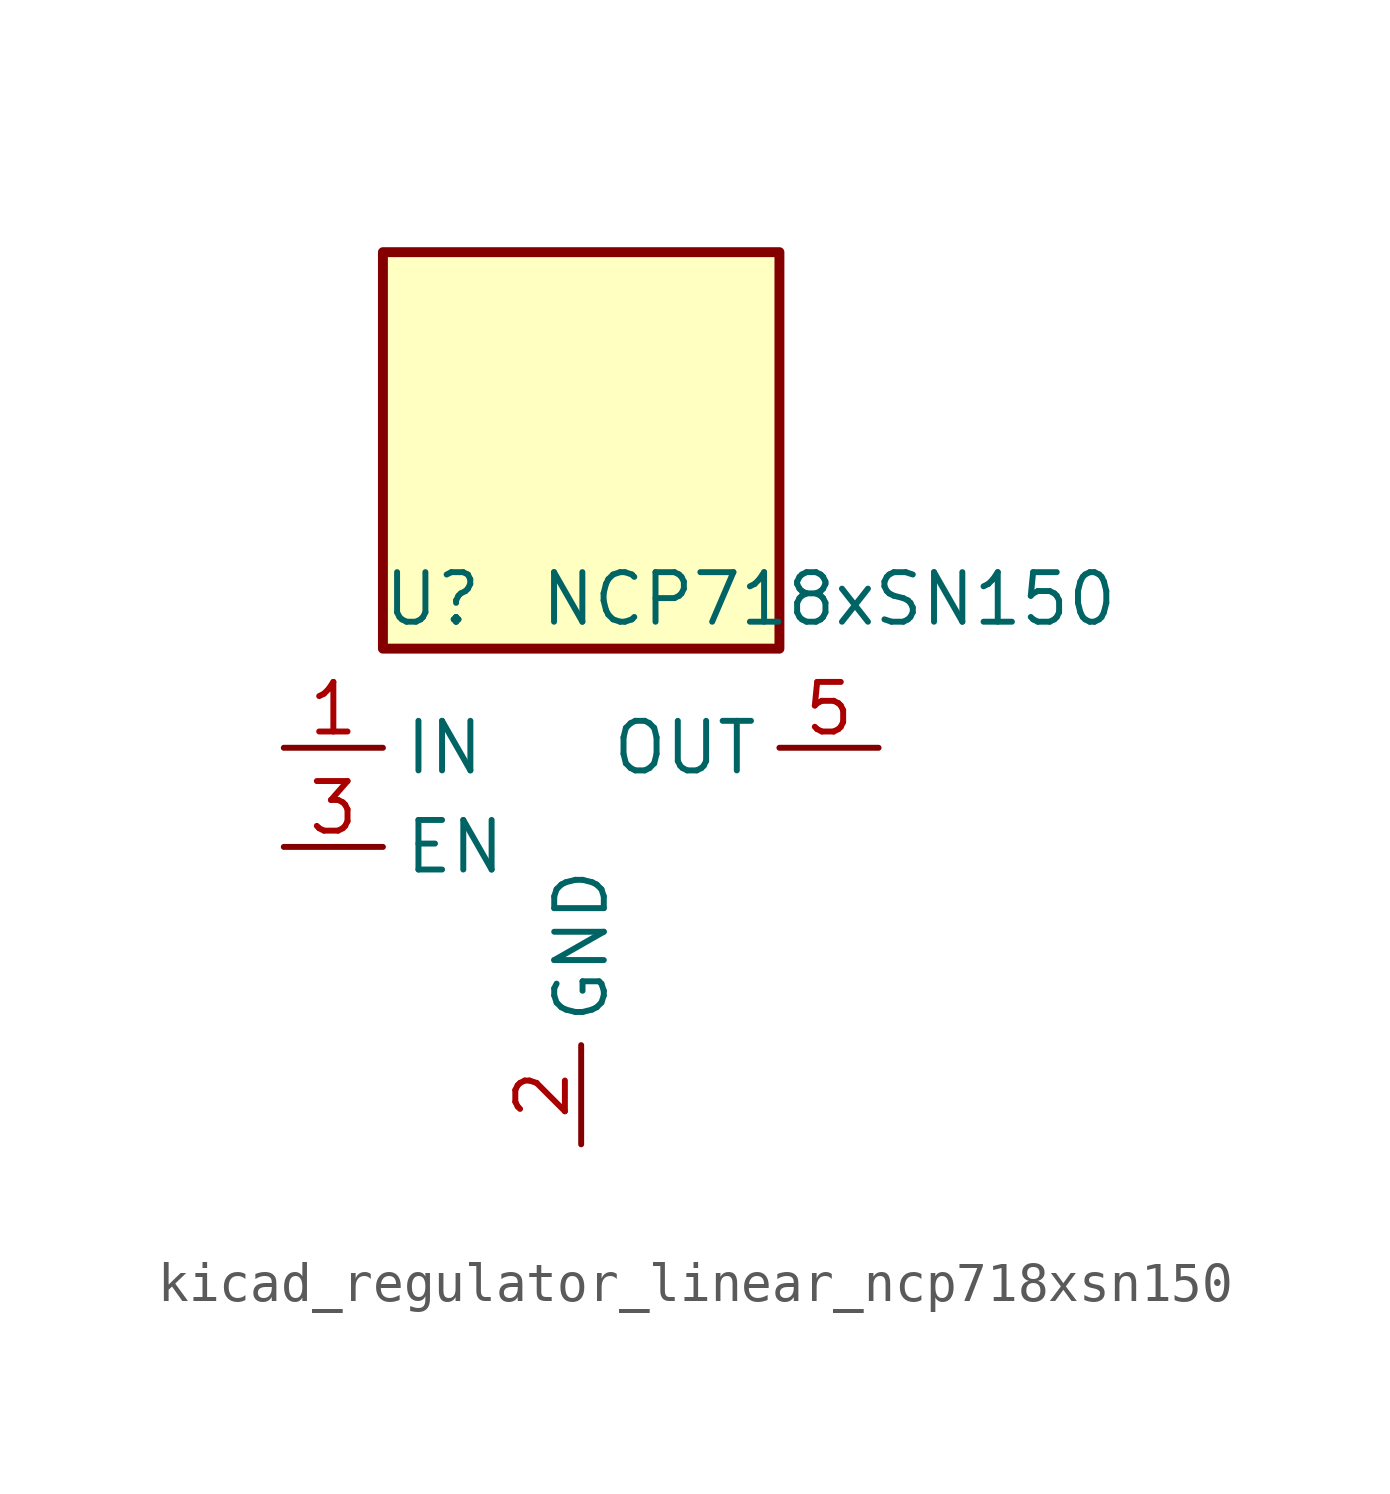
<source format=kicad_sym>
(kicad_symbol_lib
  (version 20220914)
  (generator kicad_symbol_editor)
  (symbol "kicad_regulator_linear_ncp718xsn150"
    (property "Reference" "U"
      (at -3.81 6.35 0)
      (effects (font (size 1.27 1.27))))
    (property "Value" "NCP718xSN150"
      (at 6.35 6.35 0)
      (effects (font (size 1.27 1.27))))
    (symbol "kicad_regulator_linear_ncp718xsn150_0_1"
      (rectangle (start 5.08 15.24) (end -5.08 5.08) (stroke (width 0.254) (type default)) (fill (type background)))
      (pin power_in line (at -7.62 2.54 0) (length 2.54) (name "IN" (effects (font (size 1.27 1.27)))) (number "1" (effects (font (size 1.27 1.27)))))
      (pin power_in line (at 0 -7.62 90) (length 2.54) (name "GND" (effects (font (size 1.27 1.27)))) (number "2" (effects (font (size 1.27 1.27)))))
      (pin input line (at -7.62 0 0) (length 2.54) (name "EN" (effects (font (size 1.27 1.27)))) (number "3" (effects (font (size 1.27 1.27)))))
      (pin no_connect line (at 5.08 0 180) (length 2.54) hide (name "NC" (effects (font (size 1.27 1.27)))) (number "4" (effects (font (size 1.27 1.27)))))
      (pin power_out line (at 7.62 2.54 180) (length 2.54) (name "OUT" (effects (font (size 1.27 1.27)))) (number "5" (effects (font (size 1.27 1.27))))))))
</source>
